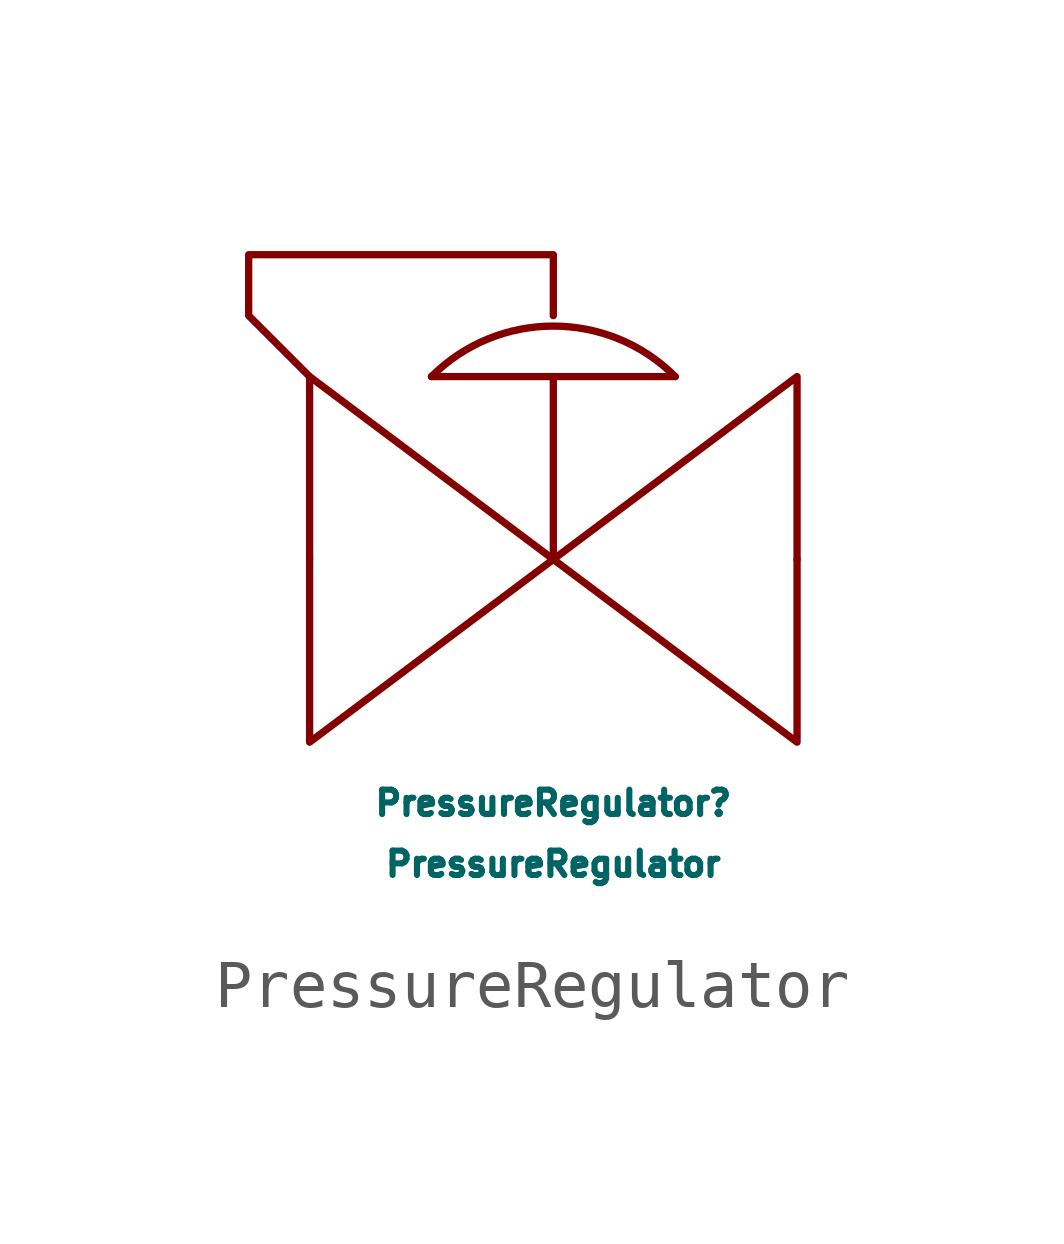
<source format=kicad_sym>
(kicad_symbol_lib
  (version 20211014)
  (generator kicad_symbol_editor)
  (symbol "PressureRegulator"
    (pin_numbers hide)
    (pin_names
      (offset 1.016))
    (property "Reference" "PressureRegulator"
      (at 0 -5.08 0)
      (effects (font (size 0.508 0.508))))
    (property "Value" "PressureRegulator"
      (at 0 -6.35 0)
      (effects (font (size 0.508 0.508))))
    (symbol "PressureRegulator_0_0"
      (polyline (pts (xy -2.54 3.81) (xy 2.54 3.81)) (stroke (width 0) (type default) (color 0 0 0 0)) (fill (type none)))
      (polyline (pts (xy 0 0) (xy 0 3.81)) (stroke (width 0) (type default) (color 0 0 0 0)) (fill (type none)))
      (polyline (pts (xy -5.08 3.81) (xy -6.35 5.08) (xy -6.35 6.35) (xy 0 6.35) (xy 0 5.08)) (stroke (width 0) (type default) (color 0 0 0 0)) (fill (type none)))
      (arc (start 2.54 3.81) (mid 0 4.8621) (end -2.54 3.81) (stroke (width 0) (type default) (color 0 0 0 0)) (fill (type none))))
    (symbol "PressureRegulator_1_1"
      (polyline (pts (xy 0 0) (xy -5.08 3.81) (xy -5.08 -3.81) (xy 0 0)) (stroke (width 0) (type default) (color 0 0 0 0)) (fill (type none)))
      (polyline (pts (xy 5.08 3.81) (xy 0 0) (xy 5.08 -3.81) (xy 5.08 3.81)) (stroke (width 0) (type default) (color 0 0 0 0)) (fill (type none)))
      (pin bidirectional line (at -5.08 0 0) (length 0) (name "~" (effects (font (size 1.27 1.27)))) (number "~" (effects (font (size 1.27 1.27)))))
      (pin bidirectional line (at 5.08 0 180) (length 0) (name "~" (effects (font (size 1.27 1.27)))) (number "~" (effects (font (size 1.27 1.27))))))))
</source>
